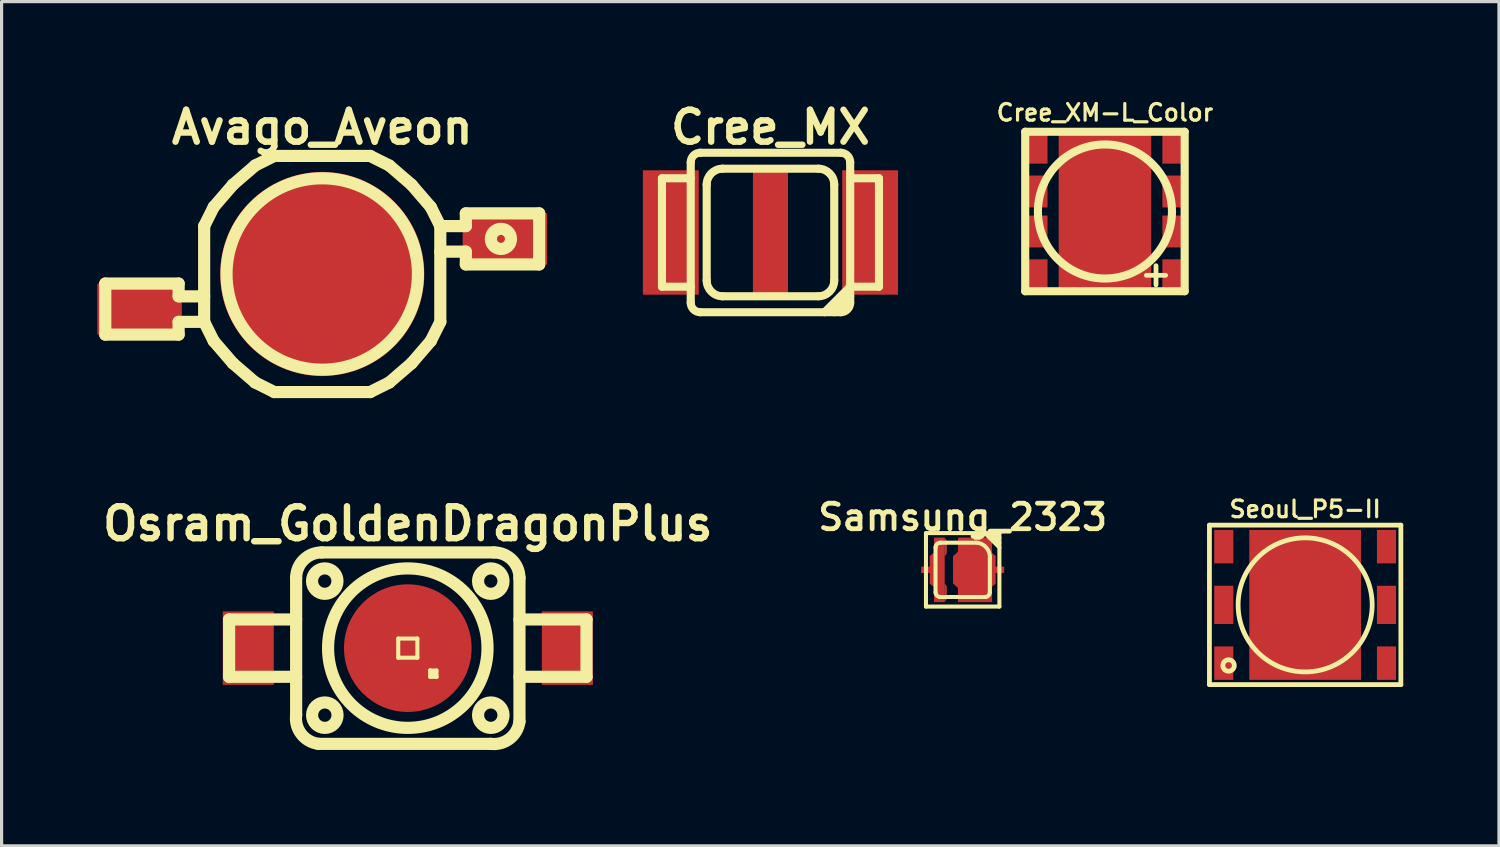
<source format=kicad_pcb>
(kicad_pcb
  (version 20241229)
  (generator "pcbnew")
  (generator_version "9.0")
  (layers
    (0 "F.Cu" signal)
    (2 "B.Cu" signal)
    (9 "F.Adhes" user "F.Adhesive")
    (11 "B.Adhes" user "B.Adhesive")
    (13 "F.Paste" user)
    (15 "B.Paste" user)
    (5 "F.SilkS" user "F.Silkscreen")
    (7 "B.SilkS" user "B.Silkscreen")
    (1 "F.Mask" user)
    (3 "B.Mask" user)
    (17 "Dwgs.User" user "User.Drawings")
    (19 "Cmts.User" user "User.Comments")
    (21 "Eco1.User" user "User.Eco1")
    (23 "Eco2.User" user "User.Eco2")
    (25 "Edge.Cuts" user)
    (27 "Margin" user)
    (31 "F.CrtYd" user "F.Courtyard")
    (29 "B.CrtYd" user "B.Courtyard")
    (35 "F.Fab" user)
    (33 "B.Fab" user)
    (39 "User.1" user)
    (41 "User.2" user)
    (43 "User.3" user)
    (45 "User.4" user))
  (footprint "Cree_MX"
    (layer "F.Cu")
    (at 21.099 4.237)
    (property "Reference" "Cree_MX" (at 0 -3.299 0) (layer "F.SilkS") (effects (font (size 1.001 1.001) (thickness 0.201))))
    (attr through_hole)
    (fp_line (start -3.401 -1.699) (end -3.401 1.699) (stroke (width 0.254) (type solid)) (layer "F.SilkS"))
    (fp_line (start -3.401 1.699) (end -2.499 1.699) (stroke (width 0.254) (type solid)) (layer "F.SilkS"))
    (fp_line (start -2.499 -2.2) (end -2.499 2.2) (stroke (width 0.254) (type solid)) (layer "F.SilkS"))
    (fp_line (start -2.499 -1.699) (end -3.401 -1.699) (stroke (width 0.254) (type solid)) (layer "F.SilkS"))
    (fp_line (start -2.2 2.499) (end 2.2 2.499) (stroke (width 0.254) (type solid)) (layer "F.SilkS"))
    (fp_line (start -1.999 -1.501) (end -1.999 1.501) (stroke (width 0.254) (type solid)) (layer "F.SilkS"))
    (fp_line (start -1.501 1.999) (end 1.501 1.999) (stroke (width 0.254) (type solid)) (layer "F.SilkS"))
    (fp_line (start 1.501 -1.999) (end -1.501 -1.999) (stroke (width 0.254) (type solid)) (layer "F.SilkS"))
    (fp_line (start 1.999 1.501) (end 1.999 -1.501) (stroke (width 0.254) (type solid)) (layer "F.SilkS"))
    (fp_line (start 1.999 2.499) (end 2.499 1.999) (stroke (width 0.254) (type solid)) (layer "F.SilkS"))
    (fp_line (start 2.2 -2.499) (end -2.2 -2.499) (stroke (width 0.254) (type solid)) (layer "F.SilkS"))
    (fp_line (start 2.499 1.699) (end 1.699 2.499) (stroke (width 0.254) (type solid)) (layer "F.SilkS"))
    (fp_line (start 2.499 1.699) (end 3.401 1.699) (stroke (width 0.254) (type solid)) (layer "F.SilkS"))
    (fp_line (start 2.499 2.2) (end 2.499 -2.2) (stroke (width 0.254) (type solid)) (layer "F.SilkS"))
    (fp_line (start 3.401 -1.699) (end 2.499 -1.699) (stroke (width 0.254) (type solid)) (layer "F.SilkS"))
    (fp_line (start 3.401 1.699) (end 3.401 -1.699) (stroke (width 0.254) (type solid)) (layer "F.SilkS"))
    (fp_arc (start -2.49936 -2.19964) (mid -2.411574 -2.411574) (end -2.19964 -2.49936) (stroke (width 0.254) (type solid)) (layer "F.SilkS"))
    (fp_arc (start -2.19964 2.49936) (mid -2.411574 2.411574) (end -2.49936 2.19964) (stroke (width 0.254) (type solid)) (layer "F.SilkS"))
    (fp_arc (start -1.99898 -1.50114) (mid -1.853166 -1.853166) (end -1.50114 -1.99898) (stroke (width 0.254) (type solid)) (layer "F.SilkS"))
    (fp_arc (start -1.50114 1.99898) (mid -1.853166 1.853166) (end -1.99898 1.50114) (stroke (width 0.254) (type solid)) (layer "F.SilkS"))
    (fp_arc (start 1.50114 -1.99898) (mid 1.853166 -1.853166) (end 1.99898 -1.50114) (stroke (width 0.254) (type solid)) (layer "F.SilkS"))
    (fp_arc (start 1.99898 1.50114) (mid 1.853166 1.853166) (end 1.50114 1.99898) (stroke (width 0.254) (type solid)) (layer "F.SilkS"))
    (fp_arc (start 2.19964 -2.49936) (mid 2.411574 -2.411574) (end 2.49936 -2.19964) (stroke (width 0.254) (type solid)) (layer "F.SilkS"))
    (fp_arc (start 2.49936 2.19964) (mid 2.411574 2.411574) (end 2.19964 2.49936) (stroke (width 0.254) (type solid)) (layer "F.SilkS"))
    (pad "1" smd rect (at -3.124 0) (size 1.75 3.899) (layers "F.Cu" "F.Mask" "F.Paste"))
    (pad "2" smd rect (at 3.124 0) (size 1.75 3.899) (layers "F.Cu" "F.Mask" "F.Paste"))
    (pad "3" smd rect (at 0 0) (size 1.1 3.899) (layers "F.Cu" "F.Mask" "F.Paste")))
  (footprint "Cree_XM-L_Color"
    (layer "F.Cu")
    (at 31.583 3.579)
    (property "Reference" "Cree_XM-L_Color" (at 0 -3.099 0) (layer "F.SilkS") (effects (font (size 0.523 0.523) (thickness 0.099))))
    (attr smd)
    (fp_line (start -2.499 -2.499) (end -2.499 2.499) (stroke (width 0.254) (type solid)) (layer "F.SilkS"))
    (fp_line (start -2.499 2.499) (end 2.499 2.499) (stroke (width 0.254) (type solid)) (layer "F.SilkS"))
    (fp_line (start 1.3 2) (end 1.9 2) (stroke (width 0.15) (type solid)) (layer "F.SilkS"))
    (fp_line (start 1.6 2.3) (end 1.6 1.7) (stroke (width 0.15) (type solid)) (layer "F.SilkS"))
    (fp_line (start 2.499 -2.499) (end -2.499 -2.499) (stroke (width 0.254) (type solid)) (layer "F.SilkS"))
    (fp_line (start 2.499 2.499) (end 2.499 -2.499) (stroke (width 0.254) (type solid)) (layer "F.SilkS"))
    (fp_circle (center 0 0) (end -2.101 0) (stroke (width 0.254) (type solid)) (fill no) (layer "F.SilkS"))
    (pad "1" smd rect (at 2.15 -2) (size 0.7 1) (layers "F.Cu" "F.Mask" "F.Paste"))
    (pad "2" smd rect (at 2.15 -0.627) (size 0.7 1) (layers "F.Cu" "F.Mask" "F.Paste"))
    (pad "3" smd rect (at 2.15 0.627) (size 0.7 1) (layers "F.Cu" "F.Mask" "F.Paste"))
    (pad "4" smd rect (at 2.15 2) (size 0.7 1) (layers "F.Cu" "F.Mask" "F.Paste"))
    (pad "5" smd rect (at -2.15 2) (size 0.7 1) (layers "F.Cu" "F.Mask" "F.Paste"))
    (pad "6" smd rect (at -2.15 0.627) (size 0.7 1) (layers "F.Cu" "F.Mask" "F.Paste"))
    (pad "7" smd rect (at -2.15 -0.627) (size 0.7 1) (layers "F.Cu" "F.Mask" "F.Paste"))
    (pad "8" smd rect (at -2.15 -2) (size 0.7 1) (layers "F.Cu" "F.Mask" "F.Paste"))
    (pad "9" smd rect (at 0 0) (size 1.93 3.96) (layers "F.Cu" "F.Mask" "F.Paste"))
    (pad "9" smd rect (at 0 0) (size 2.9 5) (layers "F.Cu" "F.Mask")))
  (footprint "Seoul_P5-II"
    (layer "F.Cu")
    (at 37.858 15.909)
    (property "Reference" "Seoul_P5-II" (at 0 -3 0) (layer "F.SilkS") (effects (font (size 0.523 0.523) (thickness 0.099))))
    (attr through_hole)
    (fp_line (start -3 -2.499) (end -3 2.499) (stroke (width 0.15) (type solid)) (layer "F.SilkS"))
    (fp_line (start -3 -2.499) (end 3 -2.499) (stroke (width 0.15) (type solid)) (layer "F.SilkS"))
    (fp_line (start 3 -2.499) (end 3 2.499) (stroke (width 0.15) (type solid)) (layer "F.SilkS"))
    (fp_line (start 3 2.499) (end -3 2.499) (stroke (width 0.15) (type solid)) (layer "F.SilkS"))
    (fp_circle (center -2.4 1.9) (end -2.55 1.999) (stroke (width 0.15) (type solid)) (fill no) (layer "F.SilkS"))
    (fp_circle (center 0 0) (end 0 -2.101) (stroke (width 0.15) (type solid)) (fill no) (layer "F.SilkS"))
    (pad "1" smd rect (at 2.55 -1.826) (size 0.599 1.049) (layers "F.Cu" "F.Mask" "F.Paste"))
    (pad "2" smd rect (at 2.55 0) (size 0.599 1.199) (layers "F.Cu" "F.Mask" "F.Paste"))
    (pad "3" smd rect (at 2.55 1.826) (size 0.599 1.049) (layers "F.Cu" "F.Mask" "F.Paste"))
    (pad "4" smd rect (at -2.55 1.826) (size 0.599 1.049) (layers "F.Cu" "F.Mask" "F.Paste"))
    (pad "5" smd rect (at -2.55 0) (size 0.599 1.199) (layers "F.Cu" "F.Mask" "F.Paste"))
    (pad "6" smd rect (at -2.55 -1.826) (size 0.599 1.049) (layers "F.Cu" "F.Mask" "F.Paste"))
    (pad "7" smd rect (at 0 0) (size 3.5 4.699) (layers "F.Cu" "F.Mask" "F.Paste")))
  (footprint "Samsung_2323"
    (layer "F.Cu")
    (at 27.124 14.811)
    (property "Reference" "Samsung_2323" (at 0 -1.651 0) (layer "F.SilkS") (effects (font (size 0.8 0.8) (thickness 0.15))))
    (attr through_hole)
    (fp_line (start -1.151 -1.151) (end 1.151 -1.151) (stroke (width 0.127) (type solid)) (layer "F.SilkS"))
    (fp_line (start -1.151 1.151) (end -1.151 -1.151) (stroke (width 0.127) (type solid)) (layer "F.SilkS"))
    (fp_line (start -0.851 0.701) (end -0.851 -0.701) (stroke (width 0.127) (type solid)) (layer "F.SilkS"))
    (fp_line (start -0.701 -0.851) (end 0.45 -0.851) (stroke (width 0.127) (type solid)) (layer "F.SilkS"))
    (fp_line (start 0.701 0.851) (end -0.701 0.851) (stroke (width 0.127) (type solid)) (layer "F.SilkS"))
    (fp_line (start 0.851 -1.151) (end 1.151 -0.851) (stroke (width 0.127) (type solid)) (layer "F.SilkS"))
    (fp_line (start 0.851 -0.351) (end 0.851 0.701) (stroke (width 0.127) (type solid)) (layer "F.SilkS"))
    (fp_line (start 1.001 -1.151) (end 1.151 -1.001) (stroke (width 0.127) (type solid)) (layer "F.SilkS"))
    (fp_line (start 1.151 -1.151) (end 1.151 1.151) (stroke (width 0.127) (type solid)) (layer "F.SilkS"))
    (fp_line (start 1.151 -0.701) (end 0.701 -1.151) (stroke (width 0.127) (type solid)) (layer "F.SilkS"))
    (fp_line (start 1.151 1.151) (end -1.151 1.151) (stroke (width 0.127) (type solid)) (layer "F.SilkS"))
    (fp_arc (start -0.8509 -0.70104) (mid -0.807007 -0.807007) (end -0.70104 -0.8509) (stroke (width 0.127) (type solid)) (layer "F.SilkS"))
    (fp_arc (start -0.70104 0.8509) (mid -0.807007 0.807007) (end -0.8509 0.70104) (stroke (width 0.127) (type solid)) (layer "F.SilkS"))
    (fp_arc (start 0.44958 -0.8509) (mid 0.754398 -0.682556) (end 0.8509 -0.34798) (stroke (width 0.127) (type solid)) (layer "F.SilkS"))
    (fp_arc (start 0.8509 0.70104) (mid 0.807007 0.807007) (end 0.70104 0.8509) (stroke (width 0.127) (type solid)) (layer "F.SilkS"))
    (pad "1" smd rect (at -1.151 0) (size 0.3 0.201) (layers "F.Cu" "F.Mask" "F.Paste"))
    (pad "1" smd trapezoid (at -0.95 0) (size 0.165 1.001) (rect_delta -0.13 0) (layers "F.Cu" "F.Mask" "F.Paste"))
    (pad "1" smd rect (at -0.732 0) (size 0.335 2.024) (layers "F.Cu" "F.Mask" "F.Paste"))
    (pad "1" smd trapezoid (at -0.533 -0.716) (size 0.071 0.5) (rect_delta 0.099 0) (layers "F.Cu" "F.Mask" "F.Paste"))
    (pad "1" smd trapezoid (at -0.533 0.716) (size 0.071 0.5) (rect_delta 0.099 0) (layers "F.Cu" "F.Mask" "F.Paste"))
    (pad "2" smd trapezoid (at -0.221 0) (size 0.165 1.001) (rect_delta -0.15 0) (layers "F.Cu" "F.Mask" "F.Paste"))
    (pad "2" smd rect (at 0.386 0) (size 1.069 2.024) (layers "F.Cu" "F.Mask" "F.Paste"))
    (pad "2" smd trapezoid (at 0.95 0) (size 0.165 1.001) (rect_delta 0.13 0) (layers "F.Cu" "F.Mask" "F.Paste"))
    (pad "2" smd rect (at 1.151 0) (size 0.3 0.201) (layers "F.Cu" "F.Mask" "F.Paste")))
  (footprint "Osram_GoldenDragonPlus"
    (layer "F.Cu")
    (at 9.732 17.265)
    (property "Reference" "Osram_GoldenDragonPlus" (at 0 -3.899 0) (layer "F.SilkS") (effects (font (size 1.001 1.001) (thickness 0.201))))
    (attr through_hole)
    (fp_line (start -5.601 -0.899) (end -5.601 0.899) (stroke (width 0.381) (type solid)) (layer "F.SilkS"))
    (fp_line (start -5.601 0.899) (end -3.5 0.899) (stroke (width 0.381) (type solid)) (layer "F.SilkS"))
    (fp_line (start -3.5 -0.899) (end -5.601 -0.899) (stroke (width 0.381) (type solid)) (layer "F.SilkS"))
    (fp_line (start -3.5 2.101) (end -3.5 -2.2) (stroke (width 0.381) (type solid)) (layer "F.SilkS"))
    (fp_line (start -2.7 -3) (end 2.7 -3) (stroke (width 0.381) (type solid)) (layer "F.SilkS"))
    (fp_line (start -0.3 -0.3) (end 0.3 -0.3) (stroke (width 0.127) (type solid)) (layer "F.SilkS"))
    (fp_line (start -0.3 0.3) (end -0.3 -0.3) (stroke (width 0.127) (type solid)) (layer "F.SilkS"))
    (fp_line (start 0.3 -0.3) (end 0.3 0.3) (stroke (width 0.127) (type solid)) (layer "F.SilkS"))
    (fp_line (start 0.3 0.3) (end -0.3 0.3) (stroke (width 0.127) (type solid)) (layer "F.SilkS"))
    (fp_line (start 0.701 0.701) (end 0.899 0.701) (stroke (width 0.127) (type solid)) (layer "F.SilkS"))
    (fp_line (start 0.701 0.701) (end 0.899 0.899) (stroke (width 0.127) (type solid)) (layer "F.SilkS"))
    (fp_line (start 0.701 0.899) (end 0.701 0.701) (stroke (width 0.127) (type solid)) (layer "F.SilkS"))
    (fp_line (start 0.899 0.701) (end 0.899 0.899) (stroke (width 0.127) (type solid)) (layer "F.SilkS"))
    (fp_line (start 0.899 0.899) (end 0.701 0.899) (stroke (width 0.127) (type solid)) (layer "F.SilkS"))
    (fp_line (start 2.601 3) (end -2.799 3) (stroke (width 0.381) (type solid)) (layer "F.SilkS"))
    (fp_line (start 3.5 -2.2) (end 3.5 2.301) (stroke (width 0.381) (type solid)) (layer "F.SilkS"))
    (fp_line (start 5.601 -0.899) (end 3.5 -0.899) (stroke (width 0.381) (type solid)) (layer "F.SilkS"))
    (fp_line (start 5.601 -0.899) (end 5.601 0.899) (stroke (width 0.381) (type solid)) (layer "F.SilkS"))
    (fp_line (start 5.601 0.899) (end 3.5 0.899) (stroke (width 0.381) (type solid)) (layer "F.SilkS"))
    (fp_arc (start -3.50012 -2.19964) (mid -3.265776 -2.765396) (end -2.70002 -2.99974) (stroke (width 0.381) (type solid)) (layer "F.SilkS"))
    (fp_arc (start -2.79908 2.99974) (mid -3.335822 2.69535) (end -3.50012 2.10058) (stroke (width 0.381) (type solid)) (layer "F.SilkS"))
    (fp_arc (start 2.70002 -2.99974) (mid 3.265776 -2.765396) (end 3.50012 -2.19964) (stroke (width 0.381) (type solid)) (layer "F.SilkS"))
    (fp_arc (start 3.50012 2.30124) (mid 3.193934 2.837238) (end 2.59842 2.99974) (stroke (width 0.381) (type solid)) (layer "F.SilkS"))
    (fp_circle (center -2.603 -2.101) (end -3.002 -2.101) (stroke (width 0.381) (type solid)) (fill no) (layer "F.SilkS"))
    (fp_circle (center -2.601 2.101) (end -3 2.101) (stroke (width 0.381) (type solid)) (fill no) (layer "F.SilkS"))
    (fp_circle (center 0 0) (end -2.499 0) (stroke (width 0.381) (type solid)) (fill no) (layer "F.SilkS"))
    (fp_circle (center 2.601 -2.101) (end 3 -2.101) (stroke (width 0.381) (type solid)) (fill no) (layer "F.SilkS"))
    (fp_circle (center 2.601 2.101) (end 3 2.101) (stroke (width 0.381) (type solid)) (fill no) (layer "F.SilkS"))
    (pad "1" smd rect (at -5.001 0) (size 1.6 2.301) (layers "F.Cu" "F.Mask" "F.Paste"))
    (pad "2" smd rect (at 5.001 0) (size 1.6 2.301) (layers "F.Cu" "F.Mask" "F.Paste"))
    (pad "3" smd circle (at 0 0) (size 4 4) (layers "F.Cu" "F.Mask" "F.Paste")))
  (footprint "Avago_Aveon"
    (layer "F.Cu")
    (at 7.05 5.538)
    (property "Reference" "Avago_Aveon" (at 0 -4.6 0) (layer "F.SilkS") (effects (font (size 1.001 1.001) (thickness 0.201))))
    (attr through_hole)
    (fp_line (start -6.8 0.3) (end -4.501 0.3) (stroke (width 0.381) (type solid)) (layer "F.SilkS"))
    (fp_line (start -6.8 1.9) (end -6.8 0.3) (stroke (width 0.381) (type solid)) (layer "F.SilkS"))
    (fp_line (start -6.8 1.9) (end -4.501 1.9) (stroke (width 0.381) (type solid)) (layer "F.SilkS"))
    (fp_line (start -4.501 0.3) (end -4.501 0.701) (stroke (width 0.381) (type solid)) (layer "F.SilkS"))
    (fp_line (start -4.501 0.701) (end -3.701 0.701) (stroke (width 0.381) (type solid)) (layer "F.SilkS"))
    (fp_line (start -4.501 1.501) (end -3.701 1.501) (stroke (width 0.381) (type solid)) (layer "F.SilkS"))
    (fp_line (start -4.501 1.9) (end -4.501 1.501) (stroke (width 0.381) (type solid)) (layer "F.SilkS"))
    (fp_line (start -3.701 -1.501) (end -3.401 -2.101) (stroke (width 0.381) (type solid)) (layer "F.SilkS"))
    (fp_line (start -3.701 1.501) (end -3.701 -1.501) (stroke (width 0.381) (type solid)) (layer "F.SilkS"))
    (fp_line (start -3.701 1.501) (end -3.401 2.101) (stroke (width 0.381) (type solid)) (layer "F.SilkS"))
    (fp_line (start -3.401 -2.101) (end -2.799 -2.799) (stroke (width 0.381) (type solid)) (layer "F.SilkS"))
    (fp_line (start -2.799 -2.799) (end -2.101 -3.401) (stroke (width 0.381) (type solid)) (layer "F.SilkS"))
    (fp_line (start -2.799 2.799) (end -3.401 2.101) (stroke (width 0.381) (type solid)) (layer "F.SilkS"))
    (fp_line (start -2.101 -3.401) (end -1.501 -3.701) (stroke (width 0.381) (type solid)) (layer "F.SilkS"))
    (fp_line (start -2.101 3.401) (end -2.799 2.799) (stroke (width 0.381) (type solid)) (layer "F.SilkS"))
    (fp_line (start -1.501 -3.701) (end 1.501 -3.701) (stroke (width 0.381) (type solid)) (layer "F.SilkS"))
    (fp_line (start -1.501 3.701) (end -2.101 3.401) (stroke (width 0.381) (type solid)) (layer "F.SilkS"))
    (fp_line (start 1.501 -3.701) (end 2.101 -3.401) (stroke (width 0.381) (type solid)) (layer "F.SilkS"))
    (fp_line (start 1.501 3.701) (end -1.501 3.701) (stroke (width 0.381) (type solid)) (layer "F.SilkS"))
    (fp_line (start 1.501 3.701) (end 2.101 3.401) (stroke (width 0.381) (type solid)) (layer "F.SilkS"))
    (fp_line (start 2.101 -3.401) (end 2.799 -2.799) (stroke (width 0.381) (type solid)) (layer "F.SilkS"))
    (fp_line (start 2.799 -2.799) (end 3.401 -2.101) (stroke (width 0.381) (type solid)) (layer "F.SilkS"))
    (fp_line (start 2.799 2.799) (end 2.101 3.401) (stroke (width 0.381) (type solid)) (layer "F.SilkS"))
    (fp_line (start 3.401 2.101) (end 2.799 2.799) (stroke (width 0.381) (type solid)) (layer "F.SilkS"))
    (fp_line (start 3.701 -1.501) (end 3.401 -2.101) (stroke (width 0.381) (type solid)) (layer "F.SilkS"))
    (fp_line (start 3.701 -1.501) (end 3.701 1.501) (stroke (width 0.381) (type solid)) (layer "F.SilkS"))
    (fp_line (start 3.701 1.501) (end 3.401 2.101) (stroke (width 0.381) (type solid)) (layer "F.SilkS"))
    (fp_line (start 4.501 -1.9) (end 4.501 -1.501) (stroke (width 0.381) (type solid)) (layer "F.SilkS"))
    (fp_line (start 4.501 -1.501) (end 3.701 -1.501) (stroke (width 0.381) (type solid)) (layer "F.SilkS"))
    (fp_line (start 4.501 -0.701) (end 3.701 -0.701) (stroke (width 0.381) (type solid)) (layer "F.SilkS"))
    (fp_line (start 4.501 -0.3) (end 4.501 -0.701) (stroke (width 0.381) (type solid)) (layer "F.SilkS"))
    (fp_line (start 6.8 -1.9) (end 4.501 -1.9) (stroke (width 0.381) (type solid)) (layer "F.SilkS"))
    (fp_line (start 6.8 -1.9) (end 6.8 -0.3) (stroke (width 0.381) (type solid)) (layer "F.SilkS"))
    (fp_line (start 6.8 -0.3) (end 4.501 -0.3) (stroke (width 0.381) (type solid)) (layer "F.SilkS"))
    (fp_circle (center 0 0) (end -3 0) (stroke (width 0.381) (type solid)) (fill no) (layer "F.SilkS"))
    (fp_circle (center 5.601 -1.1) (end 5.301 -1.001) (stroke (width 0.381) (type solid)) (fill no) (layer "F.SilkS"))
    (pad "1" smd rect (at -5.725 1.1) (size 2.649 1.6) (layers "F.Cu" "F.Mask" "F.Paste"))
    (pad "2" smd rect (at 5.725 -1.1) (size 2.649 1.6) (layers "F.Cu" "F.Mask" "F.Paste"))
    (pad "3" smd circle (at 0 0) (size 6.401 6.401) (layers "F.Cu" "F.Mask" "F.Paste")))
  (gr_rect
    (start -3 -3)
    (end 43.933 23.462)
    (stroke (width 0.1) (type default))
    (fill no)
    (layer "Edge.Cuts")))
</source>
